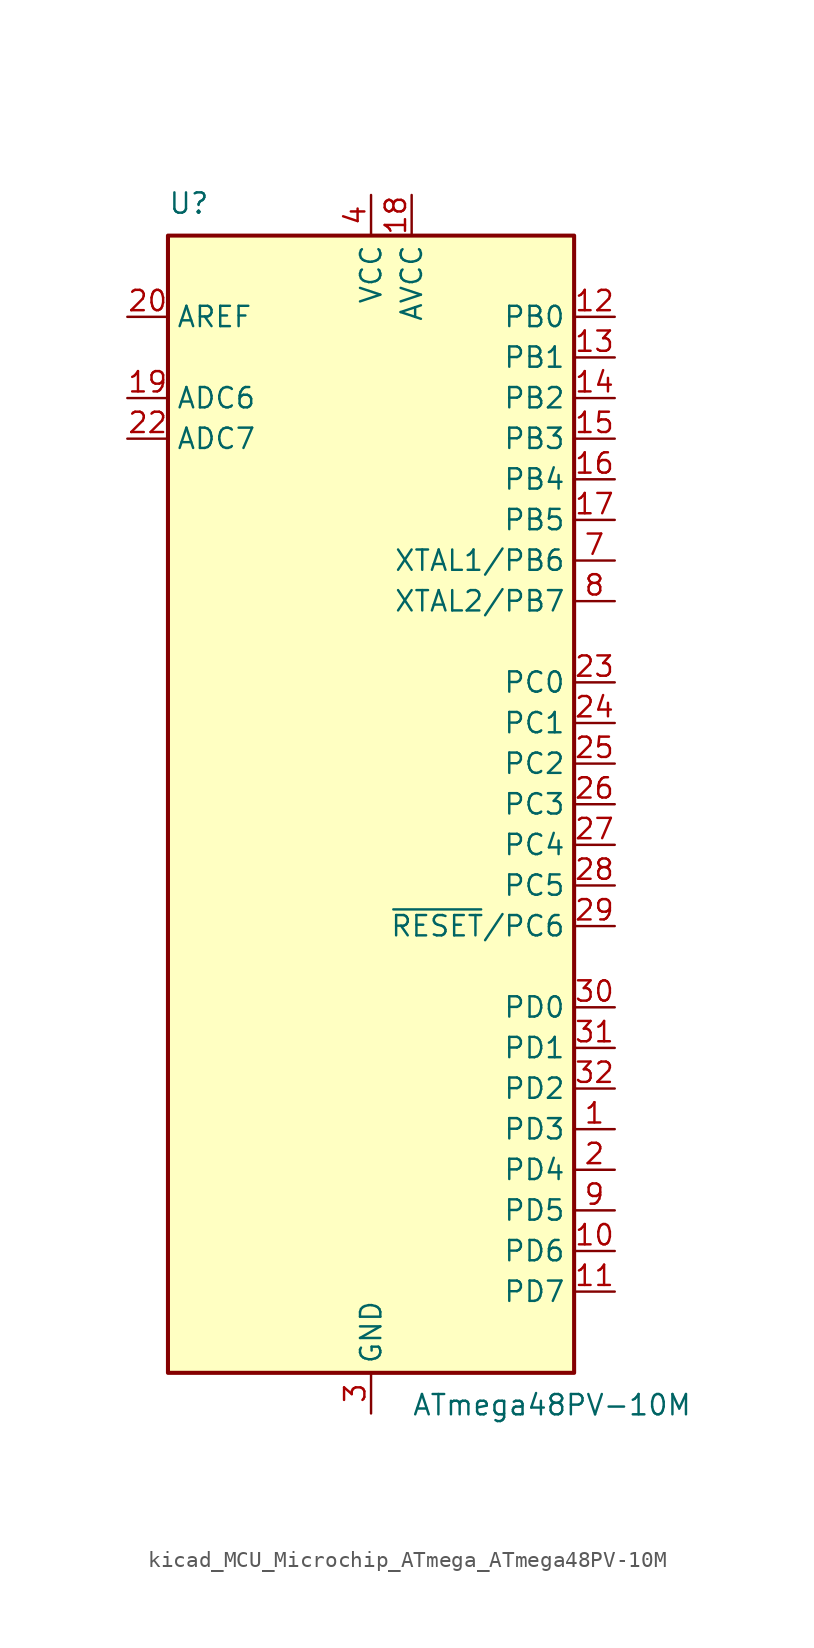
<source format=kicad_sym>
(kicad_symbol_lib
  (version 20220914)
  (generator kicad_symbol_editor)
  (symbol "kicad_MCU_Microchip_ATmega_ATmega48PV-10M"
    (property "Reference" "U"
      (at -12.7 36.83 0)
      (effects (font (size 1.27 1.27)) (justify left bottom)))
    (property "Value" "ATmega48PV-10M"
      (at 2.54 -36.83 0)
      (effects (font (size 1.27 1.27)) (justify left top)))
    (symbol "kicad_MCU_Microchip_ATmega_ATmega48PV-10M_0_1"
      (rectangle (start -12.7 -35.56) (end 12.7 35.56) (stroke (width 0.254) (type default)) (fill (type background))))
    (symbol "kicad_MCU_Microchip_ATmega_ATmega48PV-10M_1_1"
      (pin bidirectional line (at 15.24 -20.32 180) (length 2.54) (name "PD3" (effects (font (size 1.27 1.27)))) (number "1" (effects (font (size 1.27 1.27)))))
      (pin bidirectional line (at 15.24 -27.94 180) (length 2.54) (name "PD6" (effects (font (size 1.27 1.27)))) (number "10" (effects (font (size 1.27 1.27)))))
      (pin bidirectional line (at 15.24 -30.48 180) (length 2.54) (name "PD7" (effects (font (size 1.27 1.27)))) (number "11" (effects (font (size 1.27 1.27)))))
      (pin bidirectional line (at 15.24 30.48 180) (length 2.54) (name "PB0" (effects (font (size 1.27 1.27)))) (number "12" (effects (font (size 1.27 1.27)))))
      (pin bidirectional line (at 15.24 27.94 180) (length 2.54) (name "PB1" (effects (font (size 1.27 1.27)))) (number "13" (effects (font (size 1.27 1.27)))))
      (pin bidirectional line (at 15.24 25.4 180) (length 2.54) (name "PB2" (effects (font (size 1.27 1.27)))) (number "14" (effects (font (size 1.27 1.27)))))
      (pin bidirectional line (at 15.24 22.86 180) (length 2.54) (name "PB3" (effects (font (size 1.27 1.27)))) (number "15" (effects (font (size 1.27 1.27)))))
      (pin bidirectional line (at 15.24 20.32 180) (length 2.54) (name "PB4" (effects (font (size 1.27 1.27)))) (number "16" (effects (font (size 1.27 1.27)))))
      (pin bidirectional line (at 15.24 17.78 180) (length 2.54) (name "PB5" (effects (font (size 1.27 1.27)))) (number "17" (effects (font (size 1.27 1.27)))))
      (pin power_in line (at 2.54 38.1 270) (length 2.54) (name "AVCC" (effects (font (size 1.27 1.27)))) (number "18" (effects (font (size 1.27 1.27)))))
      (pin input line (at -15.24 25.4 0) (length 2.54) (name "ADC6" (effects (font (size 1.27 1.27)))) (number "19" (effects (font (size 1.27 1.27)))))
      (pin bidirectional line (at 15.24 -22.86 180) (length 2.54) (name "PD4" (effects (font (size 1.27 1.27)))) (number "2" (effects (font (size 1.27 1.27)))))
      (pin passive line (at -15.24 30.48 0) (length 2.54) (name "AREF" (effects (font (size 1.27 1.27)))) (number "20" (effects (font (size 1.27 1.27)))))
      (pin passive line (at 0 -38.1 90) (length 2.54) hide (name "GND" (effects (font (size 1.27 1.27)))) (number "21" (effects (font (size 1.27 1.27)))))
      (pin input line (at -15.24 22.86 0) (length 2.54) (name "ADC7" (effects (font (size 1.27 1.27)))) (number "22" (effects (font (size 1.27 1.27)))))
      (pin bidirectional line (at 15.24 7.62 180) (length 2.54) (name "PC0" (effects (font (size 1.27 1.27)))) (number "23" (effects (font (size 1.27 1.27)))))
      (pin bidirectional line (at 15.24 5.08 180) (length 2.54) (name "PC1" (effects (font (size 1.27 1.27)))) (number "24" (effects (font (size 1.27 1.27)))))
      (pin bidirectional line (at 15.24 2.54 180) (length 2.54) (name "PC2" (effects (font (size 1.27 1.27)))) (number "25" (effects (font (size 1.27 1.27)))))
      (pin bidirectional line (at 15.24 0 180) (length 2.54) (name "PC3" (effects (font (size 1.27 1.27)))) (number "26" (effects (font (size 1.27 1.27)))))
      (pin bidirectional line (at 15.24 -2.54 180) (length 2.54) (name "PC4" (effects (font (size 1.27 1.27)))) (number "27" (effects (font (size 1.27 1.27)))))
      (pin bidirectional line (at 15.24 -5.08 180) (length 2.54) (name "PC5" (effects (font (size 1.27 1.27)))) (number "28" (effects (font (size 1.27 1.27)))))
      (pin bidirectional line (at 15.24 -7.62 180) (length 2.54) (name "~{RESET}/PC6" (effects (font (size 1.27 1.27)))) (number "29" (effects (font (size 1.27 1.27)))))
      (pin power_in line (at 0 -38.1 90) (length 2.54) (name "GND" (effects (font (size 1.27 1.27)))) (number "3" (effects (font (size 1.27 1.27)))))
      (pin bidirectional line (at 15.24 -12.7 180) (length 2.54) (name "PD0" (effects (font (size 1.27 1.27)))) (number "30" (effects (font (size 1.27 1.27)))))
      (pin bidirectional line (at 15.24 -15.24 180) (length 2.54) (name "PD1" (effects (font (size 1.27 1.27)))) (number "31" (effects (font (size 1.27 1.27)))))
      (pin bidirectional line (at 15.24 -17.78 180) (length 2.54) (name "PD2" (effects (font (size 1.27 1.27)))) (number "32" (effects (font (size 1.27 1.27)))))
      (pin passive line (at 0 -38.1 90) (length 2.54) hide (name "GND" (effects (font (size 1.27 1.27)))) (number "33" (effects (font (size 1.27 1.27)))))
      (pin power_in line (at 0 38.1 270) (length 2.54) (name "VCC" (effects (font (size 1.27 1.27)))) (number "4" (effects (font (size 1.27 1.27)))))
      (pin passive line (at 0 -38.1 90) (length 2.54) hide (name "GND" (effects (font (size 1.27 1.27)))) (number "5" (effects (font (size 1.27 1.27)))))
      (pin passive line (at 0 38.1 270) (length 2.54) hide (name "VCC" (effects (font (size 1.27 1.27)))) (number "6" (effects (font (size 1.27 1.27)))))
      (pin bidirectional line (at 15.24 15.24 180) (length 2.54) (name "XTAL1/PB6" (effects (font (size 1.27 1.27)))) (number "7" (effects (font (size 1.27 1.27)))))
      (pin bidirectional line (at 15.24 12.7 180) (length 2.54) (name "XTAL2/PB7" (effects (font (size 1.27 1.27)))) (number "8" (effects (font (size 1.27 1.27)))))
      (pin bidirectional line (at 15.24 -25.4 180) (length 2.54) (name "PD5" (effects (font (size 1.27 1.27)))) (number "9" (effects (font (size 1.27 1.27))))))))
</source>
